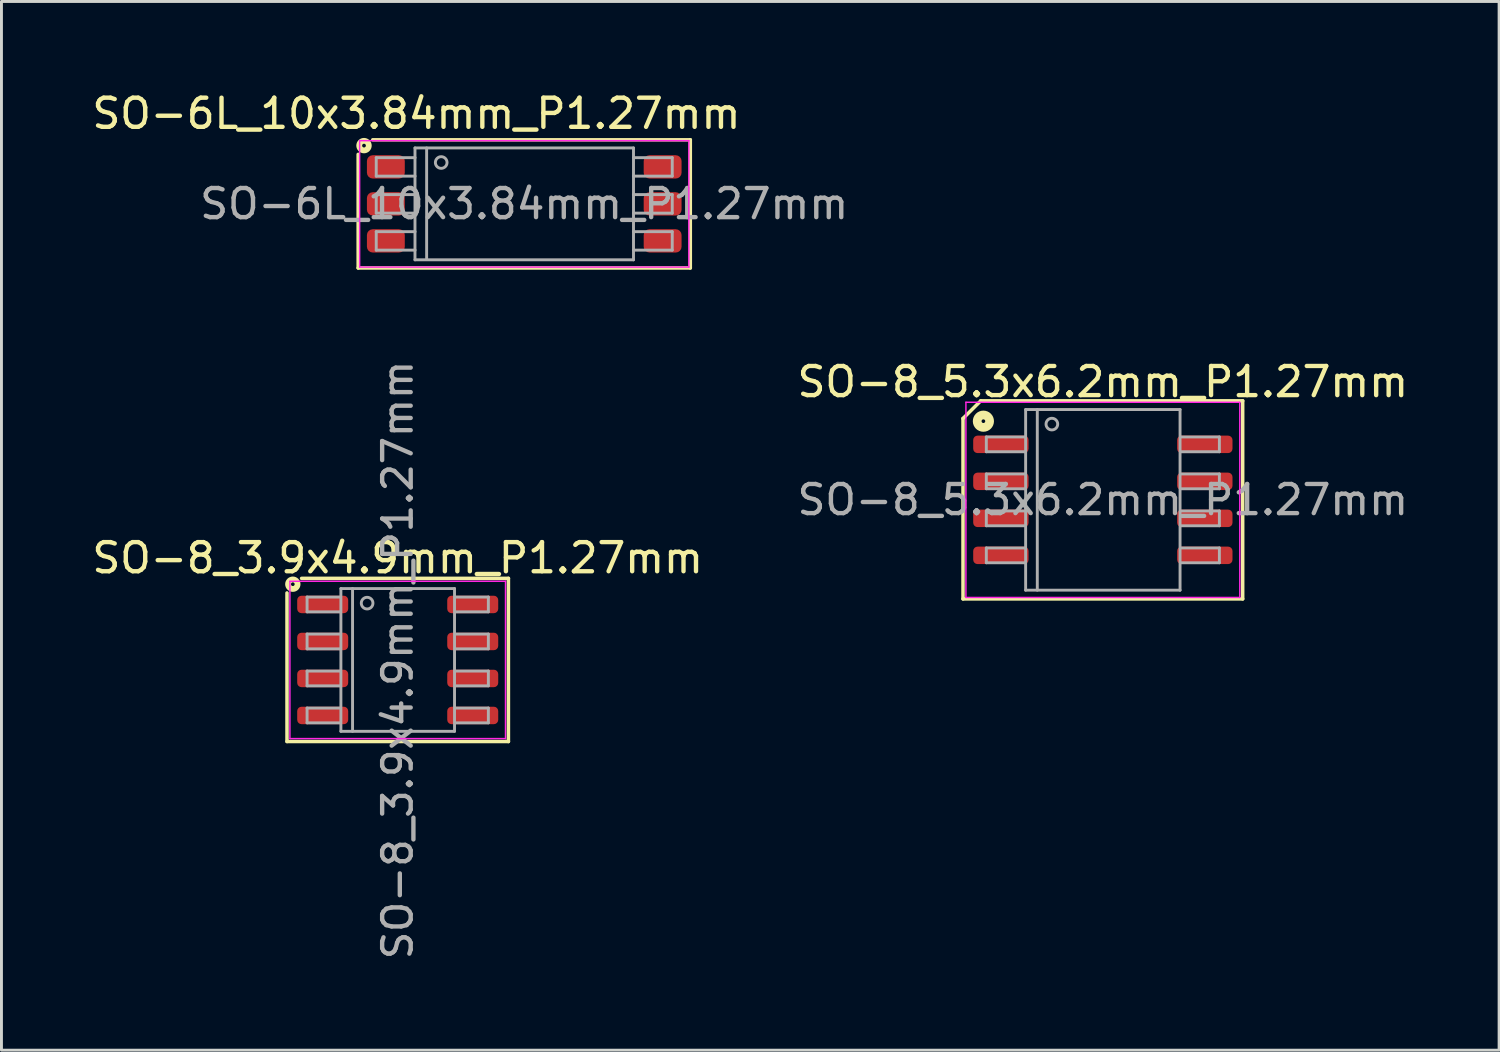
<source format=kicad_pcb>
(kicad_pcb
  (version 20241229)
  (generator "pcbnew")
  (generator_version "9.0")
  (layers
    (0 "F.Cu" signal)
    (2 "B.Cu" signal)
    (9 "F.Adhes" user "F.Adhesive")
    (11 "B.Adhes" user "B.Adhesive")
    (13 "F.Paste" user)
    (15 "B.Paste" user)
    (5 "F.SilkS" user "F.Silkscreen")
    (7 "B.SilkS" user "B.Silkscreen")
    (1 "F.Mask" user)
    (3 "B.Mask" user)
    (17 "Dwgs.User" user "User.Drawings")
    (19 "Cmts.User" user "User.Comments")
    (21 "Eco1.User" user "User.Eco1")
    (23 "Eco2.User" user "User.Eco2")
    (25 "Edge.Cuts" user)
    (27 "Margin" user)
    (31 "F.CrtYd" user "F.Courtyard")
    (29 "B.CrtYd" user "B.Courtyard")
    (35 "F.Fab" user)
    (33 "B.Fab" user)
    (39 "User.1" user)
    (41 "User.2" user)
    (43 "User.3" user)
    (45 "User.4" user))
  (footprint "SO-6L_10x3.84mm_P1.27mm"
    (layer "F.Cu")
    (at 14.944 3.948)
    (property "Reference" "SO-6L_10x3.84mm_P1.27mm" (at -3.7 -3.1 0) (layer "F.SilkS") (effects (font (size 1 1) (thickness 0.15))))
    (attr smd)
    (fp_line (start -5.7 -1.7) (end -5.7 2.2) (stroke (width 0.12) (type solid)) (layer "F.SilkS"))
    (fp_line (start -5.7 2.2) (end 5.7 2.2) (stroke (width 0.12) (type solid)) (layer "F.SilkS"))
    (fp_line (start 5.7 -2.2) (end -5.2 -2.2) (stroke (width 0.12) (type solid)) (layer "F.SilkS"))
    (fp_line (start 5.7 2.2) (end 5.7 -2.2) (stroke (width 0.12) (type solid)) (layer "F.SilkS"))
    (fp_circle (center -5.5 -2) (end -5.436 -2) (stroke (width 0.2) (type solid)) (fill no) (layer "F.SilkS"))
    (fp_line (start -5.65 -2.17) (end -5.65 2.17) (stroke (width 0.05) (type solid)) (layer "F.CrtYd"))
    (fp_line (start -5.65 2.17) (end 5.65 2.17) (stroke (width 0.05) (type solid)) (layer "F.CrtYd"))
    (fp_line (start 5.65 -2.17) (end -5.65 -2.17) (stroke (width 0.05) (type solid)) (layer "F.CrtYd"))
    (fp_line (start 5.65 2.17) (end 5.65 -2.17) (stroke (width 0.05) (type solid)) (layer "F.CrtYd"))
    (fp_line (start -5.08 -1.587) (end -5.08 -0.953) (stroke (width 0.1) (type solid)) (layer "F.Fab"))
    (fp_line (start -5.08 -1.587) (end -3.747 -1.587) (stroke (width 0.1) (type solid)) (layer "F.Fab"))
    (fp_line (start -5.08 -0.953) (end -3.747 -0.953) (stroke (width 0.1) (type solid)) (layer "F.Fab"))
    (fp_line (start -5.08 -0.318) (end -5.08 0.318) (stroke (width 0.1) (type solid)) (layer "F.Fab"))
    (fp_line (start -5.08 -0.318) (end -3.747 -0.318) (stroke (width 0.1) (type solid)) (layer "F.Fab"))
    (fp_line (start -5.08 0.318) (end -3.747 0.318) (stroke (width 0.1) (type solid)) (layer "F.Fab"))
    (fp_line (start -5.08 0.953) (end -5.08 1.587) (stroke (width 0.1) (type solid)) (layer "F.Fab"))
    (fp_line (start -5.08 0.953) (end -3.747 0.953) (stroke (width 0.1) (type solid)) (layer "F.Fab"))
    (fp_line (start -5.08 1.587) (end -3.747 1.587) (stroke (width 0.1) (type solid)) (layer "F.Fab"))
    (fp_line (start -3.75 -1.92) (end 3.75 -1.92) (stroke (width 0.1) (type solid)) (layer "F.Fab"))
    (fp_line (start -3.75 1.92) (end -3.75 -1.92) (stroke (width 0.1) (type solid)) (layer "F.Fab"))
    (fp_line (start -3.75 1.92) (end 3.75 1.92) (stroke (width 0.1) (type solid)) (layer "F.Fab"))
    (fp_line (start -3.35 -1.92) (end -3.35 1.905) (stroke (width 0.1) (type solid)) (layer "F.Fab"))
    (fp_line (start 3.75 1.92) (end 3.75 -1.92) (stroke (width 0.1) (type solid)) (layer "F.Fab"))
    (fp_line (start 5.08 -1.587) (end 3.747 -1.587) (stroke (width 0.1) (type solid)) (layer "F.Fab"))
    (fp_line (start 5.08 -0.953) (end 3.747 -0.953) (stroke (width 0.1) (type solid)) (layer "F.Fab"))
    (fp_line (start 5.08 -0.953) (end 5.08 -1.587) (stroke (width 0.1) (type solid)) (layer "F.Fab"))
    (fp_line (start 5.08 -0.318) (end 3.747 -0.318) (stroke (width 0.1) (type solid)) (layer "F.Fab"))
    (fp_line (start 5.08 0.318) (end 3.747 0.318) (stroke (width 0.1) (type solid)) (layer "F.Fab"))
    (fp_line (start 5.08 0.318) (end 5.08 -0.318) (stroke (width 0.1) (type solid)) (layer "F.Fab"))
    (fp_line (start 5.08 0.953) (end 3.747 0.953) (stroke (width 0.1) (type solid)) (layer "F.Fab"))
    (fp_line (start 5.08 1.587) (end 3.747 1.587) (stroke (width 0.1) (type solid)) (layer "F.Fab"))
    (fp_line (start 5.08 1.587) (end 5.08 0.953) (stroke (width 0.1) (type solid)) (layer "F.Fab"))
    (fp_circle (center -2.85 -1.42) (end -2.65 -1.42) (stroke (width 0.1) (type solid)) (fill no) (layer "F.Fab"))
    (fp_text user "${REFERENCE}" (at 0 0 180) (layer "F.Fab") (effects (font (size 1 1) (thickness 0.15))))
    (pad "1" smd roundrect (at -4.75 -1.27 90) (size 0.8 1.3) (layers "F.Cu" "F.Mask" "F.Paste") (roundrect_rratio 0.25))
    (pad "2" smd roundrect (at -4.75 0 90) (size 0.8 1.3) (layers "F.Cu" "F.Mask" "F.Paste") (roundrect_rratio 0.25))
    (pad "3" smd roundrect (at -4.75 1.27 90) (size 0.8 1.3) (layers "F.Cu" "F.Mask" "F.Paste") (roundrect_rratio 0.25))
    (pad "4" smd roundrect (at 4.75 1.27 90) (size 0.8 1.3) (layers "F.Cu" "F.Mask" "F.Paste") (roundrect_rratio 0.25))
    (pad "5" smd roundrect (at 4.75 0 90) (size 0.8 1.3) (layers "F.Cu" "F.Mask" "F.Paste") (roundrect_rratio 0.25))
    (pad "6" smd roundrect (at 4.75 -1.27 90) (size 0.8 1.3) (layers "F.Cu" "F.Mask" "F.Paste") (roundrect_rratio 0.25)))
  (footprint "SO-8_5.3x6.2mm_P1.27mm"
    (layer "F.Cu")
    (at 34.804 14.107)
    (property "Reference" "SO-8_5.3x6.2mm_P1.27mm" (at 0 -4.05 0) (layer "F.SilkS") (effects (font (size 1 1) (thickness 0.15))))
    (attr smd)
    (fp_line (start -4.8 -2.794) (end -4.8 3.4) (stroke (width 0.12) (type solid)) (layer "F.SilkS"))
    (fp_line (start -4.8 -2.794) (end -4.191 -3.4) (stroke (width 0.12) (type solid)) (layer "F.SilkS"))
    (fp_line (start -4.8 3.4) (end 4.8 3.4) (stroke (width 0.12) (type solid)) (layer "F.SilkS"))
    (fp_line (start 4.8 -3.4) (end -4.191 -3.4) (stroke (width 0.12) (type solid)) (layer "F.SilkS"))
    (fp_line (start 4.8 3.4) (end 4.8 -3.4) (stroke (width 0.12) (type solid)) (layer "F.SilkS"))
    (fp_circle (center -4.1 -2.7) (end -4.037 -2.7) (stroke (width 0.3) (type solid)) (fill no) (layer "F.SilkS"))
    (fp_line (start -4.7 -3.35) (end -4.7 3.35) (stroke (width 0.05) (type solid)) (layer "F.CrtYd"))
    (fp_line (start -4.7 3.35) (end 4.7 3.35) (stroke (width 0.05) (type solid)) (layer "F.CrtYd"))
    (fp_line (start 4.7 -3.35) (end -4.7 -3.35) (stroke (width 0.05) (type solid)) (layer "F.CrtYd"))
    (fp_line (start 4.7 3.35) (end 4.7 -3.35) (stroke (width 0.05) (type solid)) (layer "F.CrtYd"))
    (fp_line (start -4 -2.159) (end -4 -1.651) (stroke (width 0.1) (type solid)) (layer "F.Fab"))
    (fp_line (start -4 -2.159) (end -2.667 -2.159) (stroke (width 0.1) (type solid)) (layer "F.Fab"))
    (fp_line (start -4 -1.651) (end -2.667 -1.651) (stroke (width 0.1) (type solid)) (layer "F.Fab"))
    (fp_line (start -4 -0.889) (end -4 -0.381) (stroke (width 0.1) (type solid)) (layer "F.Fab"))
    (fp_line (start -4 -0.889) (end -2.667 -0.889) (stroke (width 0.1) (type solid)) (layer "F.Fab"))
    (fp_line (start -4 -0.381) (end -2.667 -0.381) (stroke (width 0.1) (type solid)) (layer "F.Fab"))
    (fp_line (start -4 0.381) (end -4 0.889) (stroke (width 0.1) (type solid)) (layer "F.Fab"))
    (fp_line (start -4 0.381) (end -2.667 0.381) (stroke (width 0.1) (type solid)) (layer "F.Fab"))
    (fp_line (start -4 0.889) (end -2.667 0.889) (stroke (width 0.1) (type solid)) (layer "F.Fab"))
    (fp_line (start -4 1.651) (end -4 2.159) (stroke (width 0.1) (type solid)) (layer "F.Fab"))
    (fp_line (start -4 1.651) (end -2.667 1.651) (stroke (width 0.1) (type solid)) (layer "F.Fab"))
    (fp_line (start -4 2.159) (end -2.667 2.159) (stroke (width 0.1) (type solid)) (layer "F.Fab"))
    (fp_line (start -2.65 -3.1) (end 2.65 -3.1) (stroke (width 0.1) (type solid)) (layer "F.Fab"))
    (fp_line (start -2.65 3.1) (end -2.65 -3.1) (stroke (width 0.1) (type solid)) (layer "F.Fab"))
    (fp_line (start -2.25 -3.1) (end -2.25 3.1) (stroke (width 0.1) (type solid)) (layer "F.Fab"))
    (fp_line (start 2.65 -3.1) (end 2.65 3.1) (stroke (width 0.1) (type solid)) (layer "F.Fab"))
    (fp_line (start 2.65 3.1) (end -2.65 3.1) (stroke (width 0.1) (type solid)) (layer "F.Fab"))
    (fp_line (start 4 -2.159) (end 2.667 -2.159) (stroke (width 0.1) (type solid)) (layer "F.Fab"))
    (fp_line (start 4 -1.651) (end 2.667 -1.651) (stroke (width 0.1) (type solid)) (layer "F.Fab"))
    (fp_line (start 4 -1.651) (end 4 -2.159) (stroke (width 0.1) (type solid)) (layer "F.Fab"))
    (fp_line (start 4 -0.889) (end 2.667 -0.889) (stroke (width 0.1) (type solid)) (layer "F.Fab"))
    (fp_line (start 4 -0.381) (end 2.667 -0.381) (stroke (width 0.1) (type solid)) (layer "F.Fab"))
    (fp_line (start 4 -0.381) (end 4 -0.889) (stroke (width 0.1) (type solid)) (layer "F.Fab"))
    (fp_line (start 4 0.381) (end 2.667 0.381) (stroke (width 0.1) (type solid)) (layer "F.Fab"))
    (fp_line (start 4 0.889) (end 2.667 0.889) (stroke (width 0.1) (type solid)) (layer "F.Fab"))
    (fp_line (start 4 0.889) (end 4 0.381) (stroke (width 0.1) (type solid)) (layer "F.Fab"))
    (fp_line (start 4 1.651) (end 2.667 1.651) (stroke (width 0.1) (type solid)) (layer "F.Fab"))
    (fp_line (start 4 2.159) (end 2.667 2.159) (stroke (width 0.1) (type solid)) (layer "F.Fab"))
    (fp_line (start 4 2.159) (end 4 1.651) (stroke (width 0.1) (type solid)) (layer "F.Fab"))
    (fp_circle (center -1.75 -2.6) (end -1.55 -2.6) (stroke (width 0.1) (type solid)) (fill no) (layer "F.Fab"))
    (fp_text user "${REFERENCE}" (at 0 0 0) (layer "F.Fab") (effects (font (size 1 1) (thickness 0.15))))
    (pad "1" smd roundrect (at -3.5 -1.905) (size 1.9 0.6) (layers "F.Cu" "F.Mask" "F.Paste") (roundrect_rratio 0.25))
    (pad "2" smd roundrect (at -3.5 -0.635) (size 1.9 0.6) (layers "F.Cu" "F.Mask" "F.Paste") (roundrect_rratio 0.25))
    (pad "3" smd roundrect (at -3.5 0.635) (size 1.9 0.6) (layers "F.Cu" "F.Mask" "F.Paste") (roundrect_rratio 0.25))
    (pad "4" smd roundrect (at -3.5 1.905) (size 1.9 0.6) (layers "F.Cu" "F.Mask" "F.Paste") (roundrect_rratio 0.25))
    (pad "5" smd roundrect (at 3.5 1.905) (size 1.9 0.6) (layers "F.Cu" "F.Mask" "F.Paste") (roundrect_rratio 0.25))
    (pad "6" smd roundrect (at 3.5 0.635) (size 1.9 0.6) (layers "F.Cu" "F.Mask" "F.Paste") (roundrect_rratio 0.25))
    (pad "7" smd roundrect (at 3.5 -0.635) (size 1.9 0.6) (layers "F.Cu" "F.Mask" "F.Paste") (roundrect_rratio 0.25))
    (pad "8" smd roundrect (at 3.5 -1.905) (size 1.9 0.6) (layers "F.Cu" "F.Mask" "F.Paste") (roundrect_rratio 0.25)))
  (footprint "SO-8_3.9x4.9mm_P1.27mm"
    (layer "F.Cu")
    (at 10.601 19.602)
    (property "Reference" "SO-8_3.9x4.9mm_P1.27mm" (at 0 -3.5 0) (layer "F.SilkS") (effects (font (size 1 1) (thickness 0.15))))
    (attr smd)
    (fp_line (start -3.8 -2.3) (end -3.8 2.8) (stroke (width 0.12) (type solid)) (layer "F.SilkS"))
    (fp_line (start -3.8 2.8) (end 3.8 2.8) (stroke (width 0.12) (type solid)) (layer "F.SilkS"))
    (fp_line (start 3.8 -2.8) (end -3.3 -2.8) (stroke (width 0.12) (type solid)) (layer "F.SilkS"))
    (fp_line (start 3.8 2.8) (end 3.8 -2.8) (stroke (width 0.12) (type solid)) (layer "F.SilkS"))
    (fp_circle (center -3.6 -2.6) (end -3.537 -2.6) (stroke (width 0.2) (type solid)) (fill no) (layer "F.SilkS"))
    (fp_line (start -3.7 -2.7) (end -3.7 2.7) (stroke (width 0.05) (type solid)) (layer "F.CrtYd"))
    (fp_line (start -3.7 2.7) (end 3.7 2.7) (stroke (width 0.05) (type solid)) (layer "F.CrtYd"))
    (fp_line (start 3.7 -2.7) (end -3.7 -2.7) (stroke (width 0.05) (type solid)) (layer "F.CrtYd"))
    (fp_line (start 3.7 2.7) (end 3.7 -2.7) (stroke (width 0.05) (type solid)) (layer "F.CrtYd"))
    (fp_line (start -3.111 -2.159) (end -3.111 -1.651) (stroke (width 0.1) (type solid)) (layer "F.Fab"))
    (fp_line (start -3.111 -2.159) (end -1.968 -2.159) (stroke (width 0.1) (type solid)) (layer "F.Fab"))
    (fp_line (start -3.111 -1.651) (end -1.968 -1.651) (stroke (width 0.1) (type solid)) (layer "F.Fab"))
    (fp_line (start -3.111 -0.889) (end -3.111 -0.381) (stroke (width 0.1) (type solid)) (layer "F.Fab"))
    (fp_line (start -3.111 -0.889) (end -1.968 -0.889) (stroke (width 0.1) (type solid)) (layer "F.Fab"))
    (fp_line (start -3.111 -0.381) (end -1.968 -0.381) (stroke (width 0.1) (type solid)) (layer "F.Fab"))
    (fp_line (start -3.111 0.381) (end -3.111 0.889) (stroke (width 0.1) (type solid)) (layer "F.Fab"))
    (fp_line (start -3.111 0.381) (end -1.968 0.381) (stroke (width 0.1) (type solid)) (layer "F.Fab"))
    (fp_line (start -3.111 0.889) (end -1.968 0.889) (stroke (width 0.1) (type solid)) (layer "F.Fab"))
    (fp_line (start -3.111 1.651) (end -3.111 2.159) (stroke (width 0.1) (type solid)) (layer "F.Fab"))
    (fp_line (start -3.111 1.651) (end -1.968 1.651) (stroke (width 0.1) (type solid)) (layer "F.Fab"))
    (fp_line (start -3.111 2.159) (end -1.968 2.159) (stroke (width 0.1) (type solid)) (layer "F.Fab"))
    (fp_line (start -1.95 -2.45) (end 1.95 -2.45) (stroke (width 0.1) (type solid)) (layer "F.Fab"))
    (fp_line (start -1.95 2.45) (end -1.95 -2.45) (stroke (width 0.1) (type solid)) (layer "F.Fab"))
    (fp_line (start -1.55 -2.45) (end -1.55 2.45) (stroke (width 0.1) (type solid)) (layer "F.Fab"))
    (fp_line (start 1.95 -2.45) (end 1.95 2.45) (stroke (width 0.1) (type solid)) (layer "F.Fab"))
    (fp_line (start 1.95 2.45) (end -1.95 2.45) (stroke (width 0.1) (type solid)) (layer "F.Fab"))
    (fp_line (start 3.111 -2.159) (end 1.968 -2.159) (stroke (width 0.1) (type solid)) (layer "F.Fab"))
    (fp_line (start 3.111 -1.651) (end 1.968 -1.651) (stroke (width 0.1) (type solid)) (layer "F.Fab"))
    (fp_line (start 3.111 -1.651) (end 3.111 -2.159) (stroke (width 0.1) (type solid)) (layer "F.Fab"))
    (fp_line (start 3.111 -0.889) (end 1.968 -0.889) (stroke (width 0.1) (type solid)) (layer "F.Fab"))
    (fp_line (start 3.111 -0.381) (end 1.968 -0.381) (stroke (width 0.1) (type solid)) (layer "F.Fab"))
    (fp_line (start 3.111 -0.381) (end 3.111 -0.889) (stroke (width 0.1) (type solid)) (layer "F.Fab"))
    (fp_line (start 3.111 0.381) (end 1.968 0.381) (stroke (width 0.1) (type solid)) (layer "F.Fab"))
    (fp_line (start 3.111 0.889) (end 1.968 0.889) (stroke (width 0.1) (type solid)) (layer "F.Fab"))
    (fp_line (start 3.111 0.889) (end 3.111 0.381) (stroke (width 0.1) (type solid)) (layer "F.Fab"))
    (fp_line (start 3.111 1.651) (end 1.968 1.651) (stroke (width 0.1) (type solid)) (layer "F.Fab"))
    (fp_line (start 3.111 2.159) (end 1.968 2.159) (stroke (width 0.1) (type solid)) (layer "F.Fab"))
    (fp_line (start 3.111 2.159) (end 3.111 1.651) (stroke (width 0.1) (type solid)) (layer "F.Fab"))
    (fp_circle (center -1.05 -1.95) (end -0.85 -1.95) (stroke (width 0.1) (type solid)) (fill no) (layer "F.Fab"))
    (fp_text user "${REFERENCE}" (at 0 0 90) (layer "F.Fab") (effects (font (size 0.98 0.98) (thickness 0.15))))
    (pad "1" smd roundrect (at -2.575 -1.905) (size 1.75 0.6) (layers "F.Cu" "F.Mask" "F.Paste") (roundrect_rratio 0.25))
    (pad "2" smd roundrect (at -2.575 -0.635) (size 1.75 0.6) (layers "F.Cu" "F.Mask" "F.Paste") (roundrect_rratio 0.25))
    (pad "3" smd roundrect (at -2.575 0.635) (size 1.75 0.6) (layers "F.Cu" "F.Mask" "F.Paste") (roundrect_rratio 0.25))
    (pad "4" smd roundrect (at -2.575 1.905) (size 1.75 0.6) (layers "F.Cu" "F.Mask" "F.Paste") (roundrect_rratio 0.25))
    (pad "5" smd roundrect (at 2.575 1.905) (size 1.75 0.6) (layers "F.Cu" "F.Mask" "F.Paste") (roundrect_rratio 0.25))
    (pad "6" smd roundrect (at 2.575 0.635) (size 1.75 0.6) (layers "F.Cu" "F.Mask" "F.Paste") (roundrect_rratio 0.25))
    (pad "7" smd roundrect (at 2.575 -0.635) (size 1.75 0.6) (layers "F.Cu" "F.Mask" "F.Paste") (roundrect_rratio 0.25))
    (pad "8" smd roundrect (at 2.575 -1.905) (size 1.75 0.6) (layers "F.Cu" "F.Mask" "F.Paste") (roundrect_rratio 0.25)))
  (gr_rect
    (start -3 -3)
    (end 48.405 32.996)
    (stroke (width 0.1) (type default))
    (fill no)
    (layer "Edge.Cuts")))
</source>
